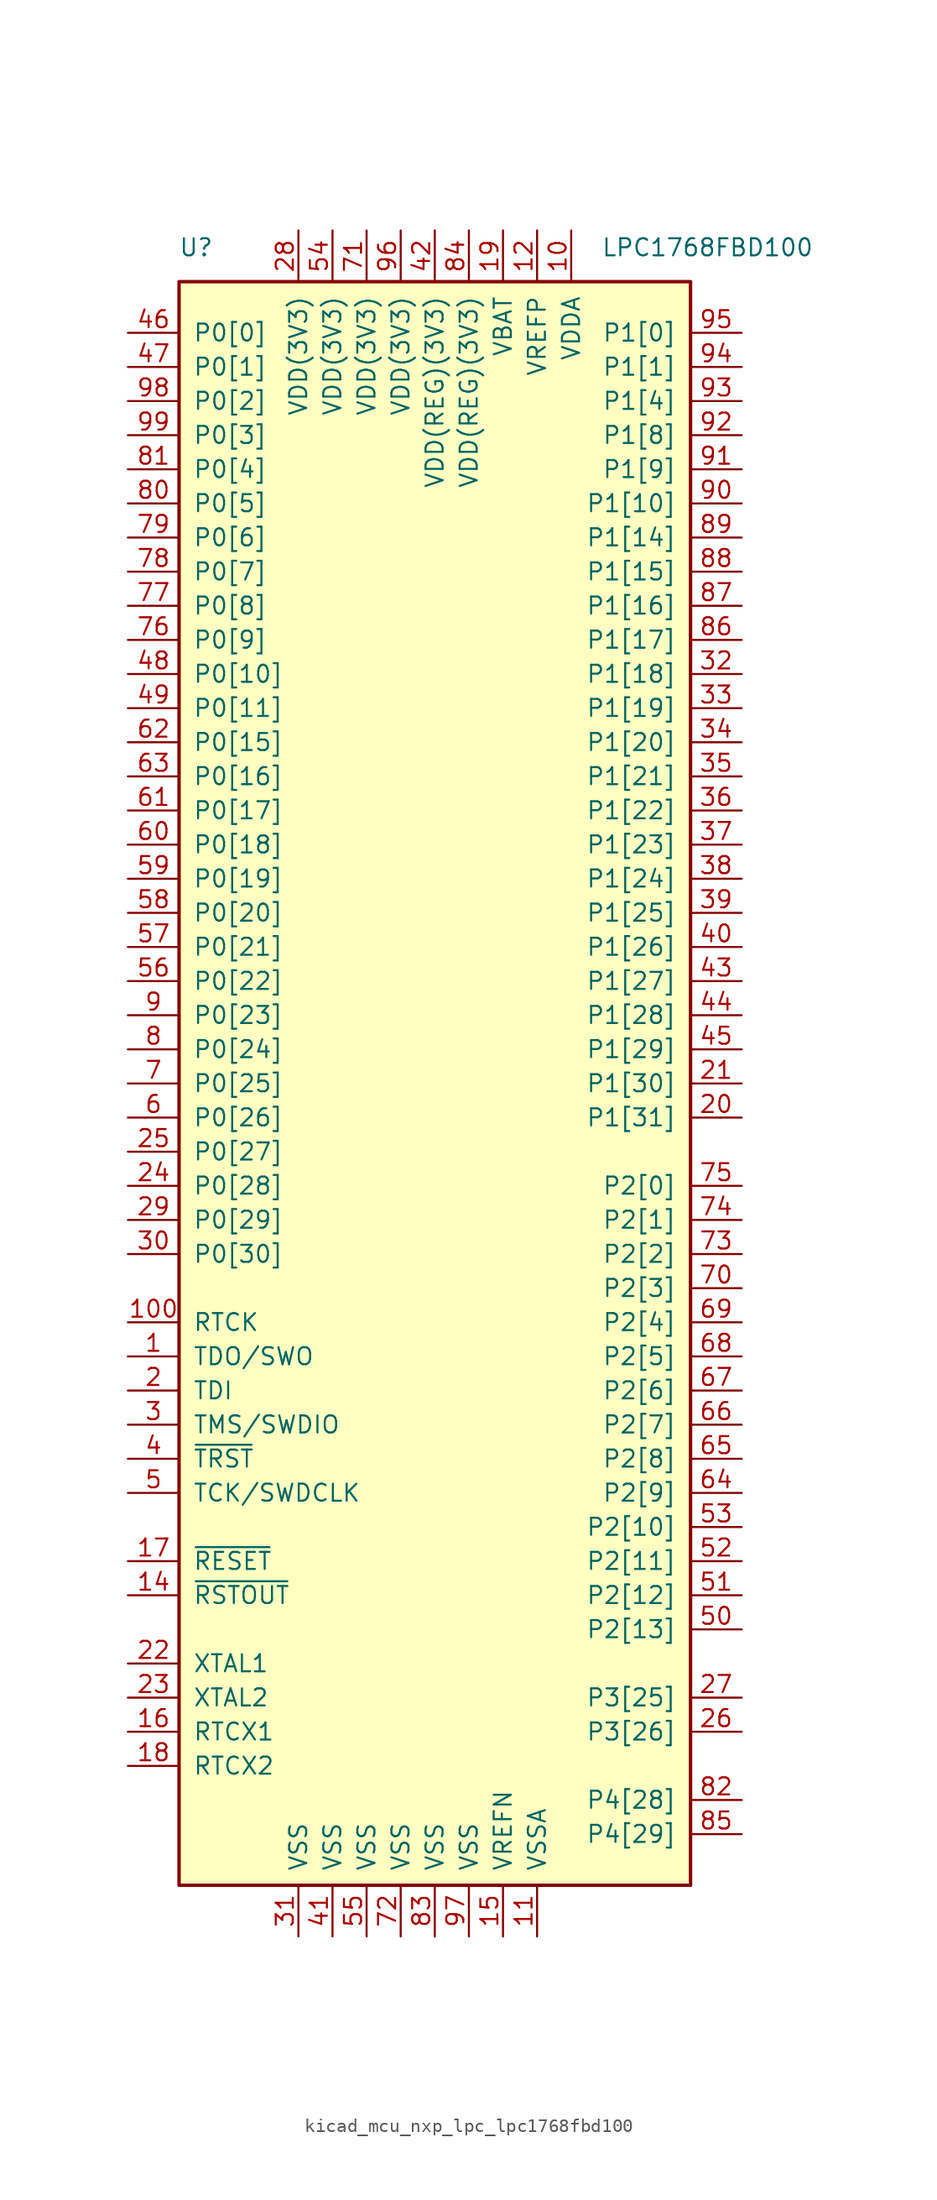
<source format=kicad_sym>
(kicad_symbol_lib
  (version 20220914)
  (generator kicad_symbol_editor)
  (symbol "kicad_mcu_nxp_lpc_lpc1768fbd100"
    (pin_names
      (offset 1.016))
    (property "Reference" "U"
      (at -17.78 62.23 0)
      (effects (font (size 1.27 1.27))))
    (property "Value" "LPC1768FBD100"
      (at 20.32 62.23 0)
      (effects (font (size 1.27 1.27))))
    (symbol "kicad_mcu_nxp_lpc_lpc1768fbd100_0_1"
      (rectangle (start -19.05 59.69) (end 19.05 -59.69) (stroke (width 0.254) (type default)) (fill (type background))))
    (symbol "kicad_mcu_nxp_lpc_lpc1768fbd100_1_1"
      (pin output line (at -22.86 -20.32 0) (length 3.81) (name "TDO/SWO" (effects (font (size 1.27 1.27)))) (number "1" (effects (font (size 1.27 1.27)))))
      (pin power_in line (at 10.16 63.5 270) (length 3.81) (name "VDDA" (effects (font (size 1.27 1.27)))) (number "10" (effects (font (size 1.27 1.27)))))
      (pin output line (at -22.86 -17.78 0) (length 3.81) (name "RTCK" (effects (font (size 1.27 1.27)))) (number "100" (effects (font (size 1.27 1.27)))))
      (pin power_in line (at 7.62 -63.5 90) (length 3.81) (name "VSSA" (effects (font (size 1.27 1.27)))) (number "11" (effects (font (size 1.27 1.27)))))
      (pin power_in line (at 7.62 63.5 270) (length 3.81) (name "VREFP" (effects (font (size 1.27 1.27)))) (number "12" (effects (font (size 1.27 1.27)))))
      (pin no_connect line (at -19.05 -55.88 0) (length 3.81) hide (name "NC" (effects (font (size 1.27 1.27)))) (number "13" (effects (font (size 1.27 1.27)))))
      (pin output line (at -22.86 -38.1 0) (length 3.81) (name "~{RSTOUT}" (effects (font (size 1.27 1.27)))) (number "14" (effects (font (size 1.27 1.27)))))
      (pin power_in line (at 5.08 -63.5 90) (length 3.81) (name "VREFN" (effects (font (size 1.27 1.27)))) (number "15" (effects (font (size 1.27 1.27)))))
      (pin input line (at -22.86 -48.26 0) (length 3.81) (name "RTCX1" (effects (font (size 1.27 1.27)))) (number "16" (effects (font (size 1.27 1.27)))))
      (pin input line (at -22.86 -35.56 0) (length 3.81) (name "~{RESET}" (effects (font (size 1.27 1.27)))) (number "17" (effects (font (size 1.27 1.27)))))
      (pin output line (at -22.86 -50.8 0) (length 3.81) (name "RTCX2" (effects (font (size 1.27 1.27)))) (number "18" (effects (font (size 1.27 1.27)))))
      (pin power_in line (at 5.08 63.5 270) (length 3.81) (name "VBAT" (effects (font (size 1.27 1.27)))) (number "19" (effects (font (size 1.27 1.27)))))
      (pin input line (at -22.86 -22.86 0) (length 3.81) (name "TDI" (effects (font (size 1.27 1.27)))) (number "2" (effects (font (size 1.27 1.27)))))
      (pin bidirectional line (at 22.86 -2.54 180) (length 3.81) (name "P1[31]" (effects (font (size 1.27 1.27)))) (number "20" (effects (font (size 1.27 1.27)))))
      (pin bidirectional line (at 22.86 0 180) (length 3.81) (name "P1[30]" (effects (font (size 1.27 1.27)))) (number "21" (effects (font (size 1.27 1.27)))))
      (pin input line (at -22.86 -43.18 0) (length 3.81) (name "XTAL1" (effects (font (size 1.27 1.27)))) (number "22" (effects (font (size 1.27 1.27)))))
      (pin output line (at -22.86 -45.72 0) (length 3.81) (name "XTAL2" (effects (font (size 1.27 1.27)))) (number "23" (effects (font (size 1.27 1.27)))))
      (pin bidirectional line (at -22.86 -7.62 0) (length 3.81) (name "P0[28]" (effects (font (size 1.27 1.27)))) (number "24" (effects (font (size 1.27 1.27)))))
      (pin bidirectional line (at -22.86 -5.08 0) (length 3.81) (name "P0[27]" (effects (font (size 1.27 1.27)))) (number "25" (effects (font (size 1.27 1.27)))))
      (pin bidirectional line (at 22.86 -48.26 180) (length 3.81) (name "P3[26]" (effects (font (size 1.27 1.27)))) (number "26" (effects (font (size 1.27 1.27)))))
      (pin bidirectional line (at 22.86 -45.72 180) (length 3.81) (name "P3[25]" (effects (font (size 1.27 1.27)))) (number "27" (effects (font (size 1.27 1.27)))))
      (pin power_in line (at -10.16 63.5 270) (length 3.81) (name "VDD(3V3)" (effects (font (size 1.27 1.27)))) (number "28" (effects (font (size 1.27 1.27)))))
      (pin bidirectional line (at -22.86 -10.16 0) (length 3.81) (name "P0[29]" (effects (font (size 1.27 1.27)))) (number "29" (effects (font (size 1.27 1.27)))))
      (pin bidirectional line (at -22.86 -25.4 0) (length 3.81) (name "TMS/SWDIO" (effects (font (size 1.27 1.27)))) (number "3" (effects (font (size 1.27 1.27)))))
      (pin bidirectional line (at -22.86 -12.7 0) (length 3.81) (name "P0[30]" (effects (font (size 1.27 1.27)))) (number "30" (effects (font (size 1.27 1.27)))))
      (pin power_in line (at -10.16 -63.5 90) (length 3.81) (name "VSS" (effects (font (size 1.27 1.27)))) (number "31" (effects (font (size 1.27 1.27)))))
      (pin bidirectional line (at 22.86 30.48 180) (length 3.81) (name "P1[18]" (effects (font (size 1.27 1.27)))) (number "32" (effects (font (size 1.27 1.27)))))
      (pin bidirectional line (at 22.86 27.94 180) (length 3.81) (name "P1[19]" (effects (font (size 1.27 1.27)))) (number "33" (effects (font (size 1.27 1.27)))))
      (pin bidirectional line (at 22.86 25.4 180) (length 3.81) (name "P1[20]" (effects (font (size 1.27 1.27)))) (number "34" (effects (font (size 1.27 1.27)))))
      (pin bidirectional line (at 22.86 22.86 180) (length 3.81) (name "P1[21]" (effects (font (size 1.27 1.27)))) (number "35" (effects (font (size 1.27 1.27)))))
      (pin bidirectional line (at 22.86 20.32 180) (length 3.81) (name "P1[22]" (effects (font (size 1.27 1.27)))) (number "36" (effects (font (size 1.27 1.27)))))
      (pin bidirectional line (at 22.86 17.78 180) (length 3.81) (name "P1[23]" (effects (font (size 1.27 1.27)))) (number "37" (effects (font (size 1.27 1.27)))))
      (pin bidirectional line (at 22.86 15.24 180) (length 3.81) (name "P1[24]" (effects (font (size 1.27 1.27)))) (number "38" (effects (font (size 1.27 1.27)))))
      (pin bidirectional line (at 22.86 12.7 180) (length 3.81) (name "P1[25]" (effects (font (size 1.27 1.27)))) (number "39" (effects (font (size 1.27 1.27)))))
      (pin input line (at -22.86 -27.94 0) (length 3.81) (name "~{TRST}" (effects (font (size 1.27 1.27)))) (number "4" (effects (font (size 1.27 1.27)))))
      (pin bidirectional line (at 22.86 10.16 180) (length 3.81) (name "P1[26]" (effects (font (size 1.27 1.27)))) (number "40" (effects (font (size 1.27 1.27)))))
      (pin power_in line (at -7.62 -63.5 90) (length 3.81) (name "VSS" (effects (font (size 1.27 1.27)))) (number "41" (effects (font (size 1.27 1.27)))))
      (pin power_in line (at 0 63.5 270) (length 3.81) (name "VDD(REG)(3V3)" (effects (font (size 1.27 1.27)))) (number "42" (effects (font (size 1.27 1.27)))))
      (pin bidirectional line (at 22.86 7.62 180) (length 3.81) (name "P1[27]" (effects (font (size 1.27 1.27)))) (number "43" (effects (font (size 1.27 1.27)))))
      (pin bidirectional line (at 22.86 5.08 180) (length 3.81) (name "P1[28]" (effects (font (size 1.27 1.27)))) (number "44" (effects (font (size 1.27 1.27)))))
      (pin bidirectional line (at 22.86 2.54 180) (length 3.81) (name "P1[29]" (effects (font (size 1.27 1.27)))) (number "45" (effects (font (size 1.27 1.27)))))
      (pin bidirectional line (at -22.86 55.88 0) (length 3.81) (name "P0[0]" (effects (font (size 1.27 1.27)))) (number "46" (effects (font (size 1.27 1.27)))))
      (pin bidirectional line (at -22.86 53.34 0) (length 3.81) (name "P0[1]" (effects (font (size 1.27 1.27)))) (number "47" (effects (font (size 1.27 1.27)))))
      (pin bidirectional line (at -22.86 30.48 0) (length 3.81) (name "P0[10]" (effects (font (size 1.27 1.27)))) (number "48" (effects (font (size 1.27 1.27)))))
      (pin bidirectional line (at -22.86 27.94 0) (length 3.81) (name "P0[11]" (effects (font (size 1.27 1.27)))) (number "49" (effects (font (size 1.27 1.27)))))
      (pin input line (at -22.86 -30.48 0) (length 3.81) (name "TCK/SWDCLK" (effects (font (size 1.27 1.27)))) (number "5" (effects (font (size 1.27 1.27)))))
      (pin bidirectional line (at 22.86 -40.64 180) (length 3.81) (name "P2[13]" (effects (font (size 1.27 1.27)))) (number "50" (effects (font (size 1.27 1.27)))))
      (pin bidirectional line (at 22.86 -38.1 180) (length 3.81) (name "P2[12]" (effects (font (size 1.27 1.27)))) (number "51" (effects (font (size 1.27 1.27)))))
      (pin bidirectional line (at 22.86 -35.56 180) (length 3.81) (name "P2[11]" (effects (font (size 1.27 1.27)))) (number "52" (effects (font (size 1.27 1.27)))))
      (pin bidirectional line (at 22.86 -33.02 180) (length 3.81) (name "P2[10]" (effects (font (size 1.27 1.27)))) (number "53" (effects (font (size 1.27 1.27)))))
      (pin power_in line (at -7.62 63.5 270) (length 3.81) (name "VDD(3V3)" (effects (font (size 1.27 1.27)))) (number "54" (effects (font (size 1.27 1.27)))))
      (pin power_in line (at -5.08 -63.5 90) (length 3.81) (name "VSS" (effects (font (size 1.27 1.27)))) (number "55" (effects (font (size 1.27 1.27)))))
      (pin bidirectional line (at -22.86 7.62 0) (length 3.81) (name "P0[22]" (effects (font (size 1.27 1.27)))) (number "56" (effects (font (size 1.27 1.27)))))
      (pin bidirectional line (at -22.86 10.16 0) (length 3.81) (name "P0[21]" (effects (font (size 1.27 1.27)))) (number "57" (effects (font (size 1.27 1.27)))))
      (pin bidirectional line (at -22.86 12.7 0) (length 3.81) (name "P0[20]" (effects (font (size 1.27 1.27)))) (number "58" (effects (font (size 1.27 1.27)))))
      (pin bidirectional line (at -22.86 15.24 0) (length 3.81) (name "P0[19]" (effects (font (size 1.27 1.27)))) (number "59" (effects (font (size 1.27 1.27)))))
      (pin bidirectional line (at -22.86 -2.54 0) (length 3.81) (name "P0[26]" (effects (font (size 1.27 1.27)))) (number "6" (effects (font (size 1.27 1.27)))))
      (pin bidirectional line (at -22.86 17.78 0) (length 3.81) (name "P0[18]" (effects (font (size 1.27 1.27)))) (number "60" (effects (font (size 1.27 1.27)))))
      (pin bidirectional line (at -22.86 20.32 0) (length 3.81) (name "P0[17]" (effects (font (size 1.27 1.27)))) (number "61" (effects (font (size 1.27 1.27)))))
      (pin bidirectional line (at -22.86 25.4 0) (length 3.81) (name "P0[15]" (effects (font (size 1.27 1.27)))) (number "62" (effects (font (size 1.27 1.27)))))
      (pin bidirectional line (at -22.86 22.86 0) (length 3.81) (name "P0[16]" (effects (font (size 1.27 1.27)))) (number "63" (effects (font (size 1.27 1.27)))))
      (pin bidirectional line (at 22.86 -30.48 180) (length 3.81) (name "P2[9]" (effects (font (size 1.27 1.27)))) (number "64" (effects (font (size 1.27 1.27)))))
      (pin bidirectional line (at 22.86 -27.94 180) (length 3.81) (name "P2[8]" (effects (font (size 1.27 1.27)))) (number "65" (effects (font (size 1.27 1.27)))))
      (pin bidirectional line (at 22.86 -25.4 180) (length 3.81) (name "P2[7]" (effects (font (size 1.27 1.27)))) (number "66" (effects (font (size 1.27 1.27)))))
      (pin bidirectional line (at 22.86 -22.86 180) (length 3.81) (name "P2[6]" (effects (font (size 1.27 1.27)))) (number "67" (effects (font (size 1.27 1.27)))))
      (pin bidirectional line (at 22.86 -20.32 180) (length 3.81) (name "P2[5]" (effects (font (size 1.27 1.27)))) (number "68" (effects (font (size 1.27 1.27)))))
      (pin bidirectional line (at 22.86 -17.78 180) (length 3.81) (name "P2[4]" (effects (font (size 1.27 1.27)))) (number "69" (effects (font (size 1.27 1.27)))))
      (pin bidirectional line (at -22.86 0 0) (length 3.81) (name "P0[25]" (effects (font (size 1.27 1.27)))) (number "7" (effects (font (size 1.27 1.27)))))
      (pin bidirectional line (at 22.86 -15.24 180) (length 3.81) (name "P2[3]" (effects (font (size 1.27 1.27)))) (number "70" (effects (font (size 1.27 1.27)))))
      (pin power_in line (at -5.08 63.5 270) (length 3.81) (name "VDD(3V3)" (effects (font (size 1.27 1.27)))) (number "71" (effects (font (size 1.27 1.27)))))
      (pin power_in line (at -2.54 -63.5 90) (length 3.81) (name "VSS" (effects (font (size 1.27 1.27)))) (number "72" (effects (font (size 1.27 1.27)))))
      (pin bidirectional line (at 22.86 -12.7 180) (length 3.81) (name "P2[2]" (effects (font (size 1.27 1.27)))) (number "73" (effects (font (size 1.27 1.27)))))
      (pin bidirectional line (at 22.86 -10.16 180) (length 3.81) (name "P2[1]" (effects (font (size 1.27 1.27)))) (number "74" (effects (font (size 1.27 1.27)))))
      (pin bidirectional line (at 22.86 -7.62 180) (length 3.81) (name "P2[0]" (effects (font (size 1.27 1.27)))) (number "75" (effects (font (size 1.27 1.27)))))
      (pin bidirectional line (at -22.86 33.02 0) (length 3.81) (name "P0[9]" (effects (font (size 1.27 1.27)))) (number "76" (effects (font (size 1.27 1.27)))))
      (pin bidirectional line (at -22.86 35.56 0) (length 3.81) (name "P0[8]" (effects (font (size 1.27 1.27)))) (number "77" (effects (font (size 1.27 1.27)))))
      (pin bidirectional line (at -22.86 38.1 0) (length 3.81) (name "P0[7]" (effects (font (size 1.27 1.27)))) (number "78" (effects (font (size 1.27 1.27)))))
      (pin bidirectional line (at -22.86 40.64 0) (length 3.81) (name "P0[6]" (effects (font (size 1.27 1.27)))) (number "79" (effects (font (size 1.27 1.27)))))
      (pin bidirectional line (at -22.86 2.54 0) (length 3.81) (name "P0[24]" (effects (font (size 1.27 1.27)))) (number "8" (effects (font (size 1.27 1.27)))))
      (pin bidirectional line (at -22.86 43.18 0) (length 3.81) (name "P0[5]" (effects (font (size 1.27 1.27)))) (number "80" (effects (font (size 1.27 1.27)))))
      (pin bidirectional line (at -22.86 45.72 0) (length 3.81) (name "P0[4]" (effects (font (size 1.27 1.27)))) (number "81" (effects (font (size 1.27 1.27)))))
      (pin bidirectional line (at 22.86 -53.34 180) (length 3.81) (name "P4[28]" (effects (font (size 1.27 1.27)))) (number "82" (effects (font (size 1.27 1.27)))))
      (pin power_in line (at 0 -63.5 90) (length 3.81) (name "VSS" (effects (font (size 1.27 1.27)))) (number "83" (effects (font (size 1.27 1.27)))))
      (pin power_in line (at 2.54 63.5 270) (length 3.81) (name "VDD(REG)(3V3)" (effects (font (size 1.27 1.27)))) (number "84" (effects (font (size 1.27 1.27)))))
      (pin bidirectional line (at 22.86 -55.88 180) (length 3.81) (name "P4[29]" (effects (font (size 1.27 1.27)))) (number "85" (effects (font (size 1.27 1.27)))))
      (pin bidirectional line (at 22.86 33.02 180) (length 3.81) (name "P1[17]" (effects (font (size 1.27 1.27)))) (number "86" (effects (font (size 1.27 1.27)))))
      (pin bidirectional line (at 22.86 35.56 180) (length 3.81) (name "P1[16]" (effects (font (size 1.27 1.27)))) (number "87" (effects (font (size 1.27 1.27)))))
      (pin bidirectional line (at 22.86 38.1 180) (length 3.81) (name "P1[15]" (effects (font (size 1.27 1.27)))) (number "88" (effects (font (size 1.27 1.27)))))
      (pin bidirectional line (at 22.86 40.64 180) (length 3.81) (name "P1[14]" (effects (font (size 1.27 1.27)))) (number "89" (effects (font (size 1.27 1.27)))))
      (pin bidirectional line (at -22.86 5.08 0) (length 3.81) (name "P0[23]" (effects (font (size 1.27 1.27)))) (number "9" (effects (font (size 1.27 1.27)))))
      (pin bidirectional line (at 22.86 43.18 180) (length 3.81) (name "P1[10]" (effects (font (size 1.27 1.27)))) (number "90" (effects (font (size 1.27 1.27)))))
      (pin bidirectional line (at 22.86 45.72 180) (length 3.81) (name "P1[9]" (effects (font (size 1.27 1.27)))) (number "91" (effects (font (size 1.27 1.27)))))
      (pin bidirectional line (at 22.86 48.26 180) (length 3.81) (name "P1[8]" (effects (font (size 1.27 1.27)))) (number "92" (effects (font (size 1.27 1.27)))))
      (pin bidirectional line (at 22.86 50.8 180) (length 3.81) (name "P1[4]" (effects (font (size 1.27 1.27)))) (number "93" (effects (font (size 1.27 1.27)))))
      (pin bidirectional line (at 22.86 53.34 180) (length 3.81) (name "P1[1]" (effects (font (size 1.27 1.27)))) (number "94" (effects (font (size 1.27 1.27)))))
      (pin bidirectional line (at 22.86 55.88 180) (length 3.81) (name "P1[0]" (effects (font (size 1.27 1.27)))) (number "95" (effects (font (size 1.27 1.27)))))
      (pin power_in line (at -2.54 63.5 270) (length 3.81) (name "VDD(3V3)" (effects (font (size 1.27 1.27)))) (number "96" (effects (font (size 1.27 1.27)))))
      (pin power_in line (at 2.54 -63.5 90) (length 3.81) (name "VSS" (effects (font (size 1.27 1.27)))) (number "97" (effects (font (size 1.27 1.27)))))
      (pin bidirectional line (at -22.86 50.8 0) (length 3.81) (name "P0[2]" (effects (font (size 1.27 1.27)))) (number "98" (effects (font (size 1.27 1.27)))))
      (pin bidirectional line (at -22.86 48.26 0) (length 3.81) (name "P0[3]" (effects (font (size 1.27 1.27)))) (number "99" (effects (font (size 1.27 1.27))))))))
</source>
